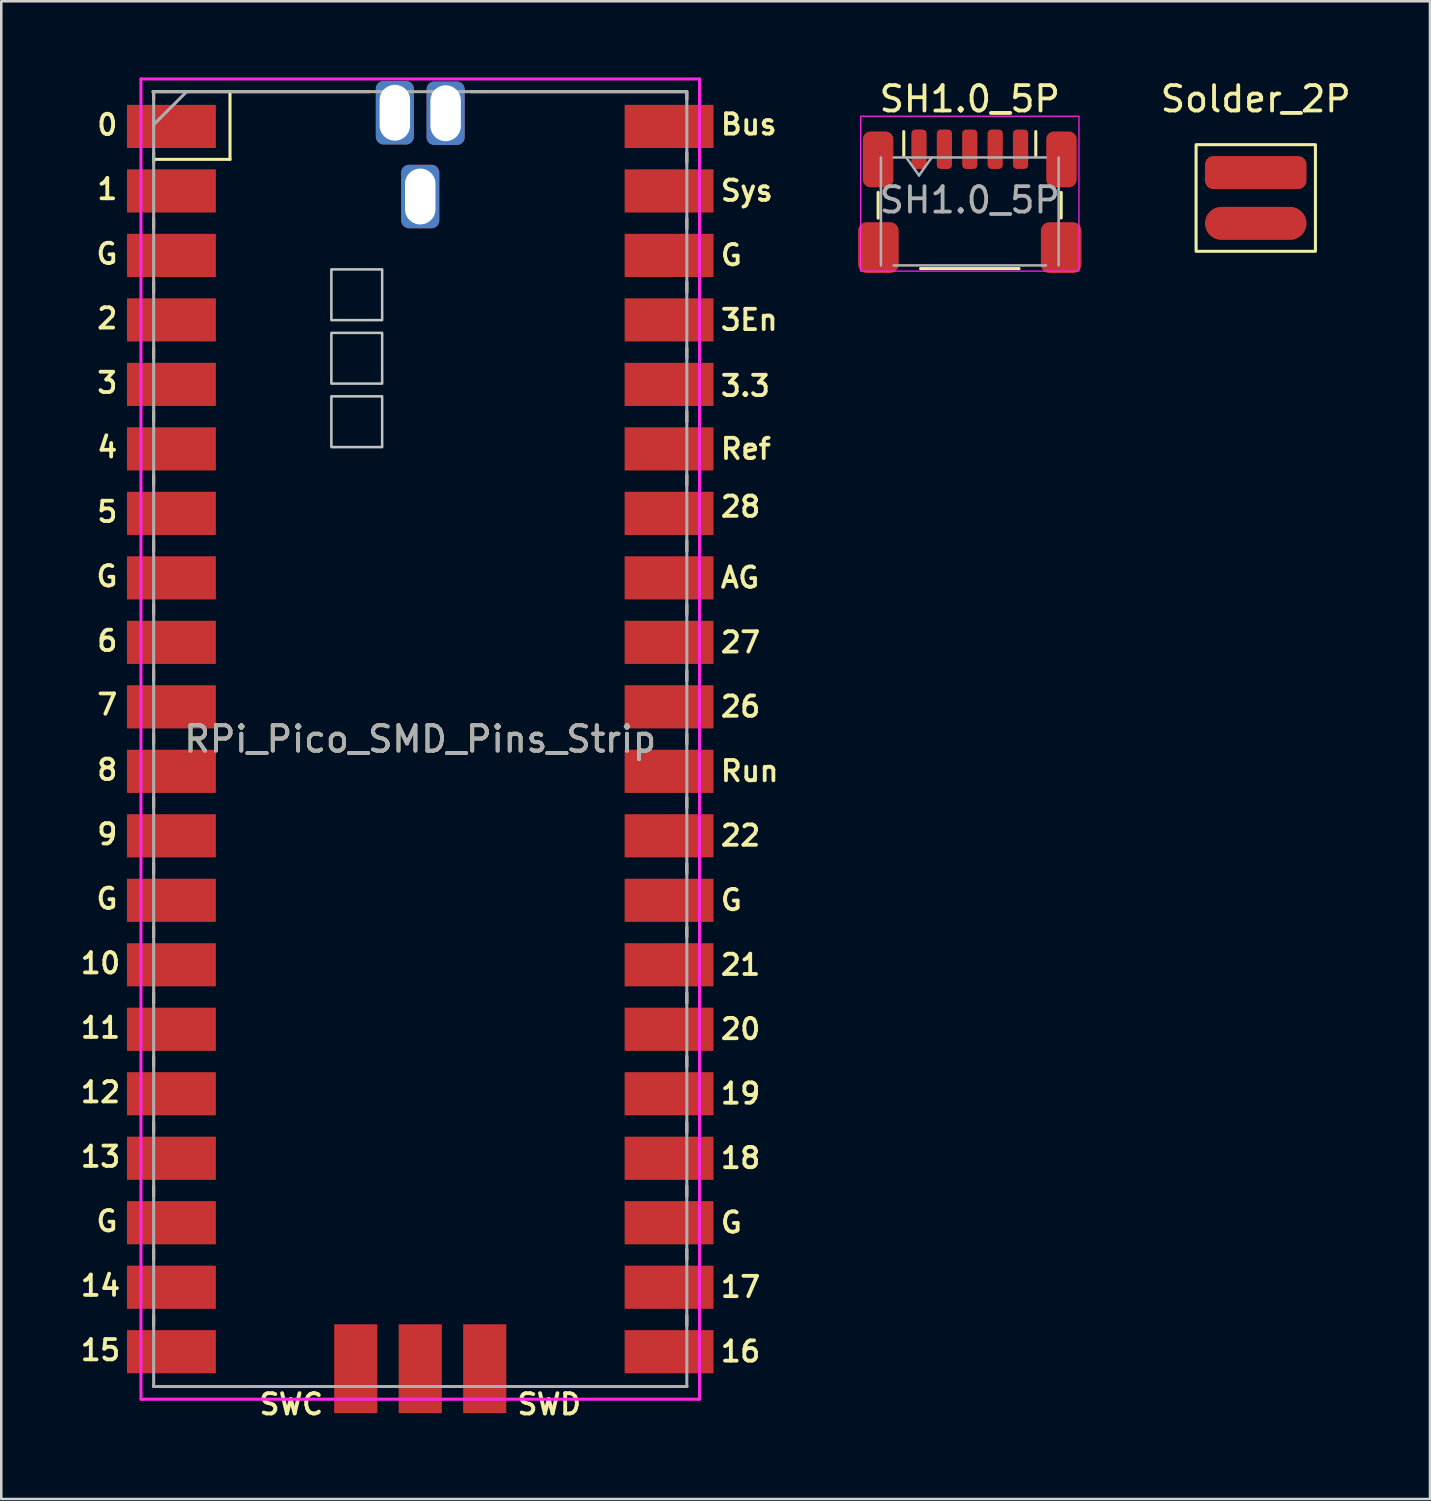
<source format=kicad_pcb>
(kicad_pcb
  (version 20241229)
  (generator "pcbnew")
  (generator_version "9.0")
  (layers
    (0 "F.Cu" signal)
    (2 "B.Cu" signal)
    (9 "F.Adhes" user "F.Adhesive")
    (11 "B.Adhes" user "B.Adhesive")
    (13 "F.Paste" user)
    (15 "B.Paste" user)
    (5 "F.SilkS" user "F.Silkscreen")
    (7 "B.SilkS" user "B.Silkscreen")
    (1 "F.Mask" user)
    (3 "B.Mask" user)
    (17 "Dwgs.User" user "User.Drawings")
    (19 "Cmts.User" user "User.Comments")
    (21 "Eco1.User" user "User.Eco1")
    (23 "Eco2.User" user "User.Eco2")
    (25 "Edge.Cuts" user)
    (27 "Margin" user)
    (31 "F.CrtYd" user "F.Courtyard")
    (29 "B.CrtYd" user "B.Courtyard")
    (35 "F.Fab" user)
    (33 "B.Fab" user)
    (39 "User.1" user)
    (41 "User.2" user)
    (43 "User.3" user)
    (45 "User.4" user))
  (footprint "RPi_Pico_SMD_Pins_Strip"
    (layer "F.Cu")
    (at 13.502 26.06)
    (property "Reference" "RPi_Pico_SMD_Pins_Strip" (at 0 0 0) (layer "F.SilkS") (effects (font (size 1 1) (thickness 0.15))))
    (attr through_hole)
    (fp_line (start -10.5 -25.5) (end -10.5 -25.2) (stroke (width 0.12) (type solid)) (layer "F.SilkS"))
    (fp_line (start -10.5 -23.1) (end -10.5 -22.7) (stroke (width 0.12) (type solid)) (layer "F.SilkS"))
    (fp_line (start -10.5 -22.833) (end -7.493 -22.833) (stroke (width 0.12) (type solid)) (layer "F.SilkS"))
    (fp_line (start -10.5 -20.5) (end -10.5 -20.1) (stroke (width 0.12) (type solid)) (layer "F.SilkS"))
    (fp_line (start -10.5 -18) (end -10.5 -17.6) (stroke (width 0.12) (type solid)) (layer "F.SilkS"))
    (fp_line (start -10.5 -15.4) (end -10.5 -15) (stroke (width 0.12) (type solid)) (layer "F.SilkS"))
    (fp_line (start -10.5 -12.9) (end -10.5 -12.5) (stroke (width 0.12) (type solid)) (layer "F.SilkS"))
    (fp_line (start -10.5 -10.4) (end -10.5 -10) (stroke (width 0.12) (type solid)) (layer "F.SilkS"))
    (fp_line (start -10.5 -7.8) (end -10.5 -7.4) (stroke (width 0.12) (type solid)) (layer "F.SilkS"))
    (fp_line (start -10.5 -5.3) (end -10.5 -4.9) (stroke (width 0.12) (type solid)) (layer "F.SilkS"))
    (fp_line (start -10.5 -2.7) (end -10.5 -2.3) (stroke (width 0.12) (type solid)) (layer "F.SilkS"))
    (fp_line (start -10.5 -0.2) (end -10.5 0.2) (stroke (width 0.12) (type solid)) (layer "F.SilkS"))
    (fp_line (start -10.5 2.3) (end -10.5 2.7) (stroke (width 0.12) (type solid)) (layer "F.SilkS"))
    (fp_line (start -10.5 4.9) (end -10.5 5.3) (stroke (width 0.12) (type solid)) (layer "F.SilkS"))
    (fp_line (start -10.5 7.4) (end -10.5 7.8) (stroke (width 0.12) (type solid)) (layer "F.SilkS"))
    (fp_line (start -10.5 10) (end -10.5 10.4) (stroke (width 0.12) (type solid)) (layer "F.SilkS"))
    (fp_line (start -10.5 12.5) (end -10.5 12.9) (stroke (width 0.12) (type solid)) (layer "F.SilkS"))
    (fp_line (start -10.5 15.1) (end -10.5 15.5) (stroke (width 0.12) (type solid)) (layer "F.SilkS"))
    (fp_line (start -10.5 17.6) (end -10.5 18) (stroke (width 0.12) (type solid)) (layer "F.SilkS"))
    (fp_line (start -10.5 20.1) (end -10.5 20.5) (stroke (width 0.12) (type solid)) (layer "F.SilkS"))
    (fp_line (start -10.5 22.7) (end -10.5 23.1) (stroke (width 0.12) (type solid)) (layer "F.SilkS"))
    (fp_line (start -7.493 -22.833) (end -7.493 -25.5) (stroke (width 0.12) (type solid)) (layer "F.SilkS"))
    (fp_line (start -3.7 25.5) (end -10.5 25.5) (stroke (width 0.12) (type solid)) (layer "F.SilkS"))
    (fp_line (start -2 -25.5) (end -10.53 -25.5) (stroke (width 0.12) (type solid)) (layer "F.SilkS"))
    (fp_line (start -1.5 25.5) (end -1.1 25.5) (stroke (width 0.12) (type solid)) (layer "F.SilkS"))
    (fp_line (start 1.1 25.5) (end 1.5 25.5) (stroke (width 0.12) (type solid)) (layer "F.SilkS"))
    (fp_line (start 10.47 -25.5) (end 2 -25.5) (stroke (width 0.12) (type solid)) (layer "F.SilkS"))
    (fp_line (start 10.5 -25.5) (end 10.5 -25.2) (stroke (width 0.12) (type solid)) (layer "F.SilkS"))
    (fp_line (start 10.5 -23.1) (end 10.5 -22.7) (stroke (width 0.12) (type solid)) (layer "F.SilkS"))
    (fp_line (start 10.5 -20.5) (end 10.5 -20.1) (stroke (width 0.12) (type solid)) (layer "F.SilkS"))
    (fp_line (start 10.5 -18) (end 10.5 -17.6) (stroke (width 0.12) (type solid)) (layer "F.SilkS"))
    (fp_line (start 10.5 -15.4) (end 10.5 -15) (stroke (width 0.12) (type solid)) (layer "F.SilkS"))
    (fp_line (start 10.5 -12.9) (end 10.5 -12.5) (stroke (width 0.12) (type solid)) (layer "F.SilkS"))
    (fp_line (start 10.5 -10.4) (end 10.5 -10) (stroke (width 0.12) (type solid)) (layer "F.SilkS"))
    (fp_line (start 10.5 -7.8) (end 10.5 -7.4) (stroke (width 0.12) (type solid)) (layer "F.SilkS"))
    (fp_line (start 10.5 -5.3) (end 10.5 -4.9) (stroke (width 0.12) (type solid)) (layer "F.SilkS"))
    (fp_line (start 10.5 -2.7) (end 10.5 -2.3) (stroke (width 0.12) (type solid)) (layer "F.SilkS"))
    (fp_line (start 10.5 -0.2) (end 10.5 0.2) (stroke (width 0.12) (type solid)) (layer "F.SilkS"))
    (fp_line (start 10.5 2.3) (end 10.5 2.7) (stroke (width 0.12) (type solid)) (layer "F.SilkS"))
    (fp_line (start 10.5 4.9) (end 10.5 5.3) (stroke (width 0.12) (type solid)) (layer "F.SilkS"))
    (fp_line (start 10.5 7.4) (end 10.5 7.8) (stroke (width 0.12) (type solid)) (layer "F.SilkS"))
    (fp_line (start 10.5 10) (end 10.5 10.4) (stroke (width 0.12) (type solid)) (layer "F.SilkS"))
    (fp_line (start 10.5 12.5) (end 10.5 12.9) (stroke (width 0.12) (type solid)) (layer "F.SilkS"))
    (fp_line (start 10.5 15.1) (end 10.5 15.5) (stroke (width 0.12) (type solid)) (layer "F.SilkS"))
    (fp_line (start 10.5 17.6) (end 10.5 18) (stroke (width 0.12) (type solid)) (layer "F.SilkS"))
    (fp_line (start 10.5 20.1) (end 10.5 20.5) (stroke (width 0.12) (type solid)) (layer "F.SilkS"))
    (fp_line (start 10.5 22.7) (end 10.5 23.1) (stroke (width 0.12) (type solid)) (layer "F.SilkS"))
    (fp_line (start 10.5 25.5) (end 3.7 25.5) (stroke (width 0.12) (type solid)) (layer "F.SilkS"))
    (fp_poly (pts (xy -1.5 -16.5) (xy -3.5 -16.5) (xy -3.5 -18.5) (xy -1.5 -18.5)) (stroke (width 0.1) (type solid)) (fill no) (layer "Dwgs.User"))
    (fp_poly (pts (xy -1.5 -14) (xy -3.5 -14) (xy -3.5 -16) (xy -1.5 -16)) (stroke (width 0.1) (type solid)) (fill no) (layer "Dwgs.User"))
    (fp_poly (pts (xy -1.5 -11.5) (xy -3.5 -11.5) (xy -3.5 -13.5) (xy -1.5 -13.5)) (stroke (width 0.1) (type solid)) (fill no) (layer "Dwgs.User"))
    (fp_line (start -11 -26) (end 11 -26) (stroke (width 0.12) (type solid)) (layer "F.CrtYd"))
    (fp_line (start -11 26) (end -11 -26) (stroke (width 0.12) (type solid)) (layer "F.CrtYd"))
    (fp_line (start 11 -26) (end 11 26) (stroke (width 0.12) (type solid)) (layer "F.CrtYd"))
    (fp_line (start 11 26) (end -11 26) (stroke (width 0.12) (type solid)) (layer "F.CrtYd"))
    (fp_line (start -10.5 -25.5) (end 10.5 -25.5) (stroke (width 0.12) (type solid)) (layer "F.Fab"))
    (fp_line (start -10.5 -24.2) (end -9.2 -25.5) (stroke (width 0.12) (type solid)) (layer "F.Fab"))
    (fp_line (start -10.5 25.5) (end -10.5 -25.5) (stroke (width 0.12) (type solid)) (layer "F.Fab"))
    (fp_line (start 10.5 -25.5) (end 10.5 25.5) (stroke (width 0.12) (type solid)) (layer "F.Fab"))
    (fp_line (start 10.5 25.5) (end -10.5 25.5) (stroke (width 0.12) (type solid)) (layer "F.Fab"))
    (fp_text user "16" (at 12.615 24.12 0) (layer "F.SilkS") (effects (font (size 0.8 0.8) (thickness 0.15))))
    (fp_text user "18" (at 12.615 16.5 0) (layer "F.SilkS") (effects (font (size 0.8 0.8) (thickness 0.15))))
    (fp_text user "12" (at -12.595 13.909 0) (layer "F.SilkS") (effects (font (size 0.8 0.8) (thickness 0.15))))
    (fp_text user "19" (at 12.615 13.96 0) (layer "F.SilkS") (effects (font (size 0.8 0.8) (thickness 0.15))))
    (fp_text user "10" (at -12.595 8.829 0) (layer "F.SilkS") (effects (font (size 0.8 0.8) (thickness 0.15))))
    (fp_text user "21" (at 12.615 8.89 0) (layer "F.SilkS") (effects (font (size 0.8 0.8) (thickness 0.15))))
    (fp_text user "Run" (at 12.976 1.26 0) (layer "F.SilkS") (effects (font (size 0.8 0.8) (thickness 0.15))))
    (fp_text user "G" (at -12.339 6.289 0) (layer "F.SilkS") (effects (font (size 0.8 0.8) (thickness 0.15))))
    (fp_text user "17" (at 12.615 21.58 0) (layer "F.SilkS") (effects (font (size 0.8 0.8) (thickness 0.15))))
    (fp_text user "13" (at -12.595 16.449 0) (layer "F.SilkS") (effects (font (size 0.8 0.8) (thickness 0.15))))
    (fp_text user "8" (at -12.326 1.209 0) (layer "F.SilkS") (effects (font (size 0.8 0.8) (thickness 0.15))))
    (fp_text user "4" (at -12.326 -11.491 0) (layer "F.SilkS") (effects (font (size 0.8 0.8) (thickness 0.15))))
    (fp_text user "G" (at -12.339 -19.111 0) (layer "F.SilkS") (effects (font (size 0.8 0.8) (thickness 0.15))))
    (fp_text user "SWD" (at 5.08 26.2 0) (layer "F.SilkS") (effects (font (size 0.8 0.8) (thickness 0.15))))
    (fp_text user "9" (at -12.326 3.749 0) (layer "F.SilkS") (effects (font (size 0.8 0.8) (thickness 0.15))))
    (fp_text user "G" (at 12.253 6.34 0) (layer "F.SilkS") (effects (font (size 0.8 0.8) (thickness 0.15))))
    (fp_text user "3En" (at 12.957 -16.51 0) (layer "F.SilkS") (effects (font (size 0.8 0.8) (thickness 0.15))))
    (fp_text user "0" (at -12.326 -24.191 0) (layer "F.SilkS") (effects (font (size 0.8 0.8) (thickness 0.15))))
    (fp_text user "Sys" (at 12.862 -21.6 0) (layer "F.SilkS") (effects (font (size 0.8 0.8) (thickness 0.15))))
    (fp_text user "14" (at -12.595 21.529 0) (layer "F.SilkS") (effects (font (size 0.8 0.8) (thickness 0.15))))
    (fp_text user "15" (at -12.595 24.069 0) (layer "F.SilkS") (effects (font (size 0.8 0.8) (thickness 0.15))))
    (fp_text user "G" (at -12.339 18.989 0) (layer "F.SilkS") (effects (font (size 0.8 0.8) (thickness 0.15))))
    (fp_text user "AG" (at 12.595 -6.36 0) (layer "F.SilkS") (effects (font (size 0.8 0.8) (thickness 0.15))))
    (fp_text user "Ref" (at 12.824 -11.43 0) (layer "F.SilkS") (effects (font (size 0.8 0.8) (thickness 0.15))))
    (fp_text user "6" (at -12.326 -3.871 0) (layer "F.SilkS") (effects (font (size 0.8 0.8) (thickness 0.15))))
    (fp_text user "26" (at 12.615 -1.28 0) (layer "F.SilkS") (effects (font (size 0.8 0.8) (thickness 0.15))))
    (fp_text user "27" (at 12.615 -3.81 0) (layer "F.SilkS") (effects (font (size 0.8 0.8) (thickness 0.15))))
    (fp_text user "28" (at 12.615 -9.154 0) (layer "F.SilkS") (effects (font (size 0.8 0.8) (thickness 0.15))))
    (fp_text user "22" (at 12.615 3.8 0) (layer "F.SilkS") (effects (font (size 0.8 0.8) (thickness 0.15))))
    (fp_text user "5" (at -12.326 -8.951 0) (layer "F.SilkS") (effects (font (size 0.8 0.8) (thickness 0.15))))
    (fp_text user "G" (at -12.339 -6.411 0) (layer "F.SilkS") (effects (font (size 0.8 0.8) (thickness 0.15))))
    (fp_text user "SWC" (at -5.08 26.2 0) (layer "F.SilkS") (effects (font (size 0.8 0.8) (thickness 0.15))))
    (fp_text user "2" (at -12.326 -16.571 0) (layer "F.SilkS") (effects (font (size 0.8 0.8) (thickness 0.15))))
    (fp_text user "3.3" (at 12.805 -13.91 0) (layer "F.SilkS") (effects (font (size 0.8 0.8) (thickness 0.15))))
    (fp_text user "3" (at -12.326 -14.031 0) (layer "F.SilkS") (effects (font (size 0.8 0.8) (thickness 0.15))))
    (fp_text user "G" (at 12.253 19.04 0) (layer "F.SilkS") (effects (font (size 0.8 0.8) (thickness 0.15))))
    (fp_text user "7" (at -12.326 -1.361 0) (layer "F.SilkS") (effects (font (size 0.8 0.8) (thickness 0.15))))
    (fp_text user "11" (at -12.595 11.369 0) (layer "F.SilkS") (effects (font (size 0.8 0.8) (thickness 0.15))))
    (fp_text user "G" (at 12.253 -19.06 0) (layer "F.SilkS") (effects (font (size 0.8 0.8) (thickness 0.15))))
    (fp_text user "Bus" (at 12.938 -24.21 0) (layer "F.SilkS") (effects (font (size 0.8 0.8) (thickness 0.15))))
    (fp_text user "1" (at -12.326 -21.661 0) (layer "F.SilkS") (effects (font (size 0.8 0.8) (thickness 0.15))))
    (fp_text user "20" (at 12.615 11.42 0) (layer "F.SilkS") (effects (font (size 0.8 0.8) (thickness 0.15))))
    (fp_text user "${REFERENCE}" (at 0 0 180) (layer "F.Fab") (effects (font (size 1 1) (thickness 0.15))))
    (pad "1" smd rect (at -9.8 -24.13) (size 3.5 1.7) (layers "F.Cu" "F.Mask"))
    (pad "2" smd rect (at -9.8 -21.59) (size 3.5 1.7) (layers "F.Cu" "F.Mask"))
    (pad "3" smd rect (at -9.8 -19.05) (size 3.5 1.7) (layers "F.Cu" "F.Mask"))
    (pad "4" smd rect (at -9.8 -16.51) (size 3.5 1.7) (layers "F.Cu" "F.Mask"))
    (pad "5" smd rect (at -9.8 -13.97) (size 3.5 1.7) (layers "F.Cu" "F.Mask"))
    (pad "6" smd rect (at -9.8 -11.43) (size 3.5 1.7) (layers "F.Cu" "F.Mask"))
    (pad "7" smd rect (at -9.8 -8.89) (size 3.5 1.7) (layers "F.Cu" "F.Mask"))
    (pad "8" smd rect (at -9.8 -6.35) (size 3.5 1.7) (layers "F.Cu" "F.Mask"))
    (pad "9" smd rect (at -9.8 -3.81) (size 3.5 1.7) (layers "F.Cu" "F.Mask"))
    (pad "10" smd rect (at -9.8 -1.27) (size 3.5 1.7) (layers "F.Cu" "F.Mask"))
    (pad "11" smd rect (at -9.8 1.27) (size 3.5 1.7) (layers "F.Cu" "F.Mask"))
    (pad "12" smd rect (at -9.8 3.81) (size 3.5 1.7) (layers "F.Cu" "F.Mask"))
    (pad "13" smd rect (at -9.8 6.35) (size 3.5 1.7) (layers "F.Cu" "F.Mask"))
    (pad "14" smd rect (at -9.8 8.89) (size 3.5 1.7) (layers "F.Cu" "F.Mask"))
    (pad "15" smd rect (at -9.8 11.43) (size 3.5 1.7) (layers "F.Cu" "F.Mask"))
    (pad "16" smd rect (at -9.8 13.97) (size 3.5 1.7) (layers "F.Cu" "F.Mask"))
    (pad "17" smd rect (at -9.8 16.51) (size 3.5 1.7) (layers "F.Cu" "F.Mask"))
    (pad "18" smd rect (at -9.8 19.05) (size 3.5 1.7) (layers "F.Cu" "F.Mask"))
    (pad "19" smd rect (at -9.8 21.59) (size 3.5 1.7) (layers "F.Cu" "F.Mask"))
    (pad "20" smd rect (at -9.8 24.13) (size 3.5 1.7) (layers "F.Cu" "F.Mask"))
    (pad "21" smd rect (at 9.8 24.13) (size 3.5 1.7) (layers "F.Cu" "F.Mask"))
    (pad "22" smd rect (at 9.8 21.59) (size 3.5 1.7) (layers "F.Cu" "F.Mask"))
    (pad "23" smd rect (at 9.8 19.05) (size 3.5 1.7) (layers "F.Cu" "F.Mask"))
    (pad "24" smd rect (at 9.8 16.51) (size 3.5 1.7) (layers "F.Cu" "F.Mask"))
    (pad "25" smd rect (at 9.8 13.97) (size 3.5 1.7) (layers "F.Cu" "F.Mask"))
    (pad "26" smd rect (at 9.8 11.43) (size 3.5 1.7) (layers "F.Cu" "F.Mask"))
    (pad "27" smd rect (at 9.8 8.89) (size 3.5 1.7) (layers "F.Cu" "F.Mask"))
    (pad "28" smd rect (at 9.8 6.35) (size 3.5 1.7) (layers "F.Cu" "F.Mask"))
    (pad "29" smd rect (at 9.8 3.81) (size 3.5 1.7) (layers "F.Cu" "F.Mask"))
    (pad "30" smd rect (at 9.8 1.27) (size 3.5 1.7) (layers "F.Cu" "F.Mask"))
    (pad "31" smd rect (at 9.8 -1.27) (size 3.5 1.7) (layers "F.Cu" "F.Mask"))
    (pad "32" smd rect (at 9.8 -3.81) (size 3.5 1.7) (layers "F.Cu" "F.Mask"))
    (pad "33" smd rect (at 9.8 -6.35) (size 3.5 1.7) (layers "F.Cu" "F.Mask"))
    (pad "34" smd rect (at 9.8 -8.89) (size 3.5 1.7) (layers "F.Cu" "F.Mask"))
    (pad "35" smd rect (at 9.8 -11.43) (size 3.5 1.7) (layers "F.Cu" "F.Mask"))
    (pad "36" smd rect (at 9.8 -13.97) (size 3.5 1.7) (layers "F.Cu" "F.Mask"))
    (pad "37" smd rect (at 9.8 -16.51) (size 3.5 1.7) (layers "F.Cu" "F.Mask"))
    (pad "38" smd rect (at 9.8 -19.05) (size 3.5 1.7) (layers "F.Cu" "F.Mask"))
    (pad "39" smd rect (at 9.8 -21.59) (size 3.5 1.7) (layers "F.Cu" "F.Mask"))
    (pad "40" smd rect (at 9.8 -24.13) (size 3.5 1.7) (layers "F.Cu" "F.Mask"))
    (pad "41" smd rect (at -2.54 24.8 90) (size 3.5 1.7) (layers "F.Cu" "F.Mask"))
    (pad "42" smd rect (at 0 24.8 90) (size 3.5 1.7) (layers "F.Cu" "F.Mask"))
    (pad "43" smd rect (at 2.54 24.8 90) (size 3.5 1.7) (layers "F.Cu" "F.Mask"))
    (pad "TP1" thru_hole roundrect (at 0 -21.37) (size 1.5 2.5) (drill oval 1.2 2.2) (layers "*.Cu" "*.Mask") (roundrect_rratio 0.2))
    (pad "TP2" thru_hole roundrect (at 1 -24.65) (size 1.5 2.5) (drill oval 1.2 2.2) (layers "*.Cu" "*.Mask") (roundrect_rratio 0.2))
    (pad "TP3" thru_hole roundrect (at -1 -24.67) (size 1.5 2.5) (drill oval 1.2 2.2) (layers "*.Cu" "*.Mask") (roundrect_rratio 0.2)))
  (footprint "Solder_2P"
    (layer "F.Cu")
    (at 46.41 4.748)
    (property "Reference" "Solder_2P" (at 0 -3.9 0) (layer "F.SilkS") (effects (font (size 1 1) (thickness 0.15))))
    (attr smd)
    (fp_rect (start -2.35 -2.1) (end 2.35 2.1) (stroke (width 0.12) (type solid)) (fill no) (layer "F.SilkS"))
    (pad "1" smd roundrect (at 0 -1) (size 4 1.3) (layers "F.Cu" "F.Mask" "F.Paste") (roundrect_rratio 0.25))
    (pad "2" smd oval (at 0 1) (size 4 1.3) (layers "F.Cu" "F.Mask" "F.Paste")))
  (footprint "SH1.0_5P"
    (layer "F.Cu")
    (at 35.147 4.828)
    (property "Reference" "SH1.0_5P" (at 0 -3.98 0) (layer "F.SilkS") (effects (font (size 1 1) (thickness 0.15))))
    (attr smd)
    (fp_line (start -3.61 0.715) (end -3.61 -0.3) (stroke (width 0.12) (type solid)) (layer "F.SilkS"))
    (fp_line (start -2.6 -1.705) (end -2.6 -2.695) (stroke (width 0.12) (type solid)) (layer "F.SilkS"))
    (fp_line (start -1.94 2.7) (end 1.94 2.7) (stroke (width 0.12) (type solid)) (layer "F.SilkS"))
    (fp_line (start 2.6 -1.705) (end 2.6 -2.695) (stroke (width 0.12) (type solid)) (layer "F.SilkS"))
    (fp_line (start 3.6 0.708) (end 3.6 -0.3) (stroke (width 0.12) (type solid)) (layer "F.SilkS"))
    (fp_rect (start -4.3 -3.3) (end 4.3 2.8) (stroke (width 0.05) (type default)) (fill no) (layer "F.CrtYd"))
    (fp_line (start -3.5 -1.675) (end -3.5 2.575) (stroke (width 0.1) (type solid)) (layer "F.Fab"))
    (fp_line (start -3 -1.675) (end 3 -1.675) (stroke (width 0.1) (type solid)) (layer "F.Fab"))
    (fp_line (start -3 2.575) (end 3 2.575) (stroke (width 0.1) (type solid)) (layer "F.Fab"))
    (fp_line (start -2.5 -1.675) (end -2 -0.968) (stroke (width 0.1) (type solid)) (layer "F.Fab"))
    (fp_line (start -2 -0.968) (end -1.5 -1.675) (stroke (width 0.1) (type solid)) (layer "F.Fab"))
    (fp_line (start 3.5 -1.675) (end 3.5 2.575) (stroke (width 0.1) (type solid)) (layer "F.Fab"))
    (fp_text user "${REFERENCE}" (at 0 0 0) (layer "F.Fab") (effects (font (size 1 1) (thickness 0.15))))
    (pad "1" smd roundrect (at -2 -2) (size 0.6 1.55) (layers "F.Cu" "F.Mask" "F.Paste") (roundrect_rratio 0.25))
    (pad "2" smd roundrect (at -1 -2) (size 0.6 1.55) (layers "F.Cu" "F.Mask" "F.Paste") (roundrect_rratio 0.25))
    (pad "3" smd roundrect (at 0 -2) (size 0.6 1.55) (layers "F.Cu" "F.Mask" "F.Paste") (roundrect_rratio 0.25))
    (pad "4" smd roundrect (at 1 -2) (size 0.6 1.55) (layers "F.Cu" "F.Mask" "F.Paste") (roundrect_rratio 0.25))
    (pad "5" smd roundrect (at 2 -2) (size 0.6 1.55) (layers "F.Cu" "F.Mask" "F.Paste") (roundrect_rratio 0.25))
    (pad "MP" smd roundrect (at -3.61 -1.6) (size 1.2 2.2) (layers "F.Cu" "F.Mask" "F.Paste") (roundrect_rratio 0.25))
    (pad "MP" smd roundrect (at -3.6 1.875) (size 1.6 2) (layers "F.Cu" "F.Mask" "F.Paste") (roundrect_rratio 0.208))
    (pad "MP" smd roundrect (at 3.6 1.875) (size 1.6 2) (layers "F.Cu" "F.Mask" "F.Paste") (roundrect_rratio 0.208))
    (pad "MP" smd roundrect (at 3.61 -1.6) (size 1.2 2.2) (layers "F.Cu" "F.Mask" "F.Paste") (roundrect_rratio 0.25)))
  (gr_rect
    (start -3 -3)
    (end 53.273 55.991)
    (stroke (width 0.1) (type default))
    (fill no)
    (layer "Edge.Cuts")))
</source>
